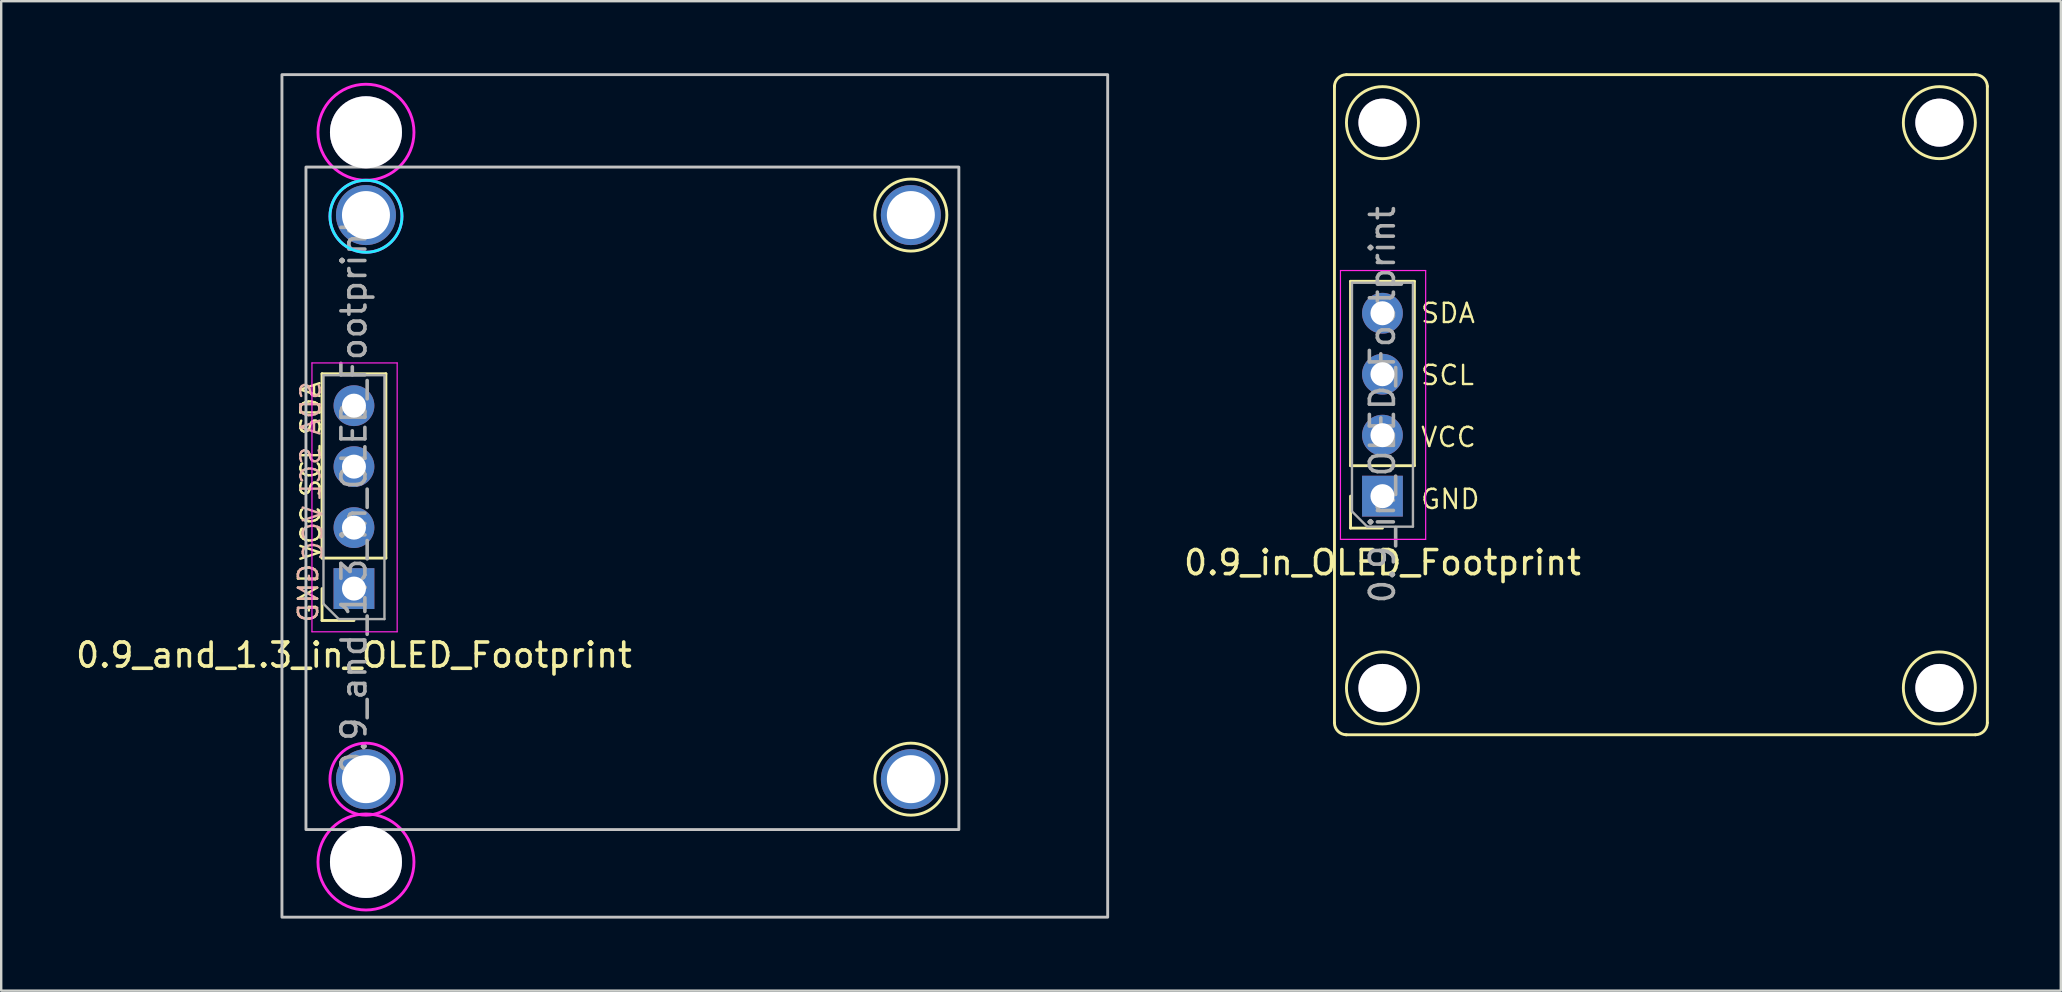
<source format=kicad_pcb>
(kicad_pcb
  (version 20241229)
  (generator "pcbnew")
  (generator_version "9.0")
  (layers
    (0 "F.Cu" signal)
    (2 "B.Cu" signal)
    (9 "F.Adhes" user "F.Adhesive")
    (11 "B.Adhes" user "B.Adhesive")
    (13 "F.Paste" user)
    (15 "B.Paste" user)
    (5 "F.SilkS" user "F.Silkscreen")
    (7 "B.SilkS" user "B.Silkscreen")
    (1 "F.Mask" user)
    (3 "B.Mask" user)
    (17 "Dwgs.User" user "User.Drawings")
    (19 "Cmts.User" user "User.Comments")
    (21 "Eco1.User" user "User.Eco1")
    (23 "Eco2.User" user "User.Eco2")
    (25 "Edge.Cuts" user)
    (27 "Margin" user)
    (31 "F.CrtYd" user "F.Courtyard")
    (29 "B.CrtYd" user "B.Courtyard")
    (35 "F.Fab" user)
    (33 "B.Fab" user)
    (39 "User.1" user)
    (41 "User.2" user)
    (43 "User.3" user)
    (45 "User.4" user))
  (footprint "0.9_and_1.3_in_OLED_Footprint"
    (layer "F.Cu")
    (at 11.696 17.66)
    (property "Reference" "0.9_and_1.3_in_OLED_Footprint" (at 0 6.58 0) (layer "F.SilkS") (effects (font (size 1 1) (thickness 0.15))))
    (attr through_hole)
    (fp_line (start -1.33 2.54) (end -1.33 -5.14) (stroke (width 0.12) (type solid)) (layer "F.SilkS"))
    (fp_line (start -1.33 5.14) (end -1.33 3.81) (stroke (width 0.12) (type solid)) (layer "F.SilkS"))
    (fp_line (start 0 5.14) (end -1.33 5.14) (stroke (width 0.12) (type solid)) (layer "F.SilkS"))
    (fp_line (start 1.33 -5.14) (end -1.33 -5.14) (stroke (width 0.12) (type solid)) (layer "F.SilkS"))
    (fp_line (start 1.33 2.54) (end -1.33 2.54) (stroke (width 0.12) (type solid)) (layer "F.SilkS"))
    (fp_line (start 1.33 2.54) (end 1.33 -5.14) (stroke (width 0.12) (type solid)) (layer "F.SilkS"))
    (fp_circle (center 23.2 -11.75) (end 24.7 -11.75) (stroke (width 0.12) (type solid)) (fill no) (layer "F.SilkS"))
    (fp_circle (center 23.2 11.75) (end 24.7 11.75) (stroke (width 0.12) (type solid)) (fill no) (layer "F.SilkS"))
    (fp_rect (start -3 -17.6) (end 31.4 17.5) (stroke (width 0.12) (type solid)) (fill no) (layer "Dwgs.User"))
    (fp_rect (start -2 -13.75) (end 25.2 13.85) (stroke (width 0.12) (type solid)) (fill no) (layer "Dwgs.User"))
    (fp_circle (center 0.5 -11.7) (end 2 -11.7) (stroke (width 0.12) (type solid)) (fill no) (layer "B.CrtYd"))
    (fp_line (start -1.75 -5.59) (end 1.8 -5.59) (stroke (width 0.05) (type solid)) (layer "F.CrtYd"))
    (fp_line (start -1.75 5.61) (end -1.75 -5.59) (stroke (width 0.05) (type solid)) (layer "F.CrtYd"))
    (fp_line (start 1.8 -5.59) (end 1.8 5.61) (stroke (width 0.05) (type solid)) (layer "F.CrtYd"))
    (fp_line (start 1.8 5.61) (end -1.75 5.61) (stroke (width 0.05) (type solid)) (layer "F.CrtYd"))
    (fp_circle (center 0.5 -15.2) (end 2.5 -15.2) (stroke (width 0.12) (type solid)) (fill no) (layer "F.CrtYd"))
    (fp_circle (center 0.5 -11.7) (end 2 -11.7) (stroke (width 0.12) (type solid)) (fill no) (layer "F.CrtYd"))
    (fp_circle (center 0.5 11.75) (end 2 11.75) (stroke (width 0.12) (type solid)) (fill no) (layer "F.CrtYd"))
    (fp_circle (center 0.5 15.2) (end 2.5 15.2) (stroke (width 0.12) (type solid)) (fill no) (layer "F.CrtYd"))
    (fp_line (start -1.27 -5.08) (end 1.27 -5.08) (stroke (width 0.1) (type solid)) (layer "F.Fab"))
    (fp_line (start -1.27 4.445) (end -1.27 -5.08) (stroke (width 0.1) (type solid)) (layer "F.Fab"))
    (fp_line (start -0.635 5.08) (end -1.27 4.445) (stroke (width 0.1) (type solid)) (layer "F.Fab"))
    (fp_line (start 1.27 -5.08) (end 1.27 5.08) (stroke (width 0.1) (type solid)) (layer "F.Fab"))
    (fp_line (start 1.27 5.08) (end -0.635 5.08) (stroke (width 0.1) (type solid)) (layer "F.Fab"))
    (fp_text user "SDA" (at -1.8 -3.7 90) (layer "F.SilkS") (effects (font (size 0.8 0.8) (thickness 0.1))))
    (fp_text user "GND" (at -1.9 4 90) (layer "F.SilkS") (effects (font (size 0.8 0.8) (thickness 0.1))))
    (fp_text user "VCC" (at -1.8 1.5 90) (layer "F.SilkS") (effects (font (size 0.8 0.8) (thickness 0.1))))
    (fp_text user "SCL" (at -1.8 -1.1 90) (layer "F.SilkS") (effects (font (size 0.8 0.8) (thickness 0.1))))
    (fp_text user "GND" (at -1.9 4 90) (layer "B.SilkS") (effects (font (size 0.8 0.8) (thickness 0.1)) (justify mirror)))
    (fp_text user "SDA" (at -1.8 -3.7 90) (layer "B.SilkS") (effects (font (size 0.8 0.8) (thickness 0.1)) (justify mirror)))
    (fp_text user "VCC" (at -1.7 1.5 90) (layer "B.SilkS") (effects (font (size 0.8 0.8) (thickness 0.1)) (justify mirror)))
    (fp_text user "SCL" (at -1.8 -1 90) (layer "B.SilkS") (effects (font (size 0.8 0.8) (thickness 0.1)) (justify mirror)))
    (fp_text user "${REFERENCE}" (at 0 0 90) (layer "F.Fab") (effects (font (size 1 1) (thickness 0.15))))
    (pad "1" thru_hole rect (at 0 3.81 180) (size 1.7 1.7) (drill 1) (layers "*.Cu" "*.Mask"))
    (pad "2" thru_hole oval (at 0 1.27 180) (size 1.7 1.7) (drill 1) (layers "*.Cu" "*.Mask"))
    (pad "3" thru_hole oval (at 0 -1.27 180) (size 1.7 1.7) (drill 1) (layers "*.Cu" "*.Mask"))
    (pad "4" thru_hole oval (at 0 -3.81 180) (size 1.7 1.7) (drill 1) (layers "*.Cu" "*.Mask"))
    (pad "5" thru_hole circle (at 0.5 -15.2) (size 3 3) (drill 3) (layers "*.Cu" "*.Mask"))
    (pad "5" thru_hole circle (at 0.5 -11.75) (size 2.5 2.5) (drill 2) (layers "*.Cu" "*.Mask"))
    (pad "5" thru_hole circle (at 0.5 11.75) (size 2.5 2.5) (drill 2) (layers "*.Cu" "*.Mask"))
    (pad "5" thru_hole circle (at 0.5 15.2) (size 3 3) (drill 3) (layers "*.Cu" "*.Mask"))
    (pad "5" thru_hole circle (at 23.2 -11.75) (size 2.5 2.5) (drill 2) (layers "*.Cu" "*.Mask"))
    (pad "5" thru_hole circle (at 23.2 11.75) (size 2.5 2.5) (drill 2) (layers "*.Cu" "*.Mask")))
  (footprint "0.9_in_OLED_Footprint"
    (layer "F.Cu")
    (at 54.543 13.81)
    (property "Reference" "0.9_in_OLED_Footprint" (at 0 6.58 0) (layer "F.SilkS") (effects (font (size 1 1) (thickness 0.15))))
    (attr through_hole)
    (fp_line (start -2 -13.271) (end -2 13.25) (stroke (width 0.12) (type solid)) (layer "F.SilkS"))
    (fp_line (start -1.5 -13.75) (end 24.701 -13.75) (stroke (width 0.12) (type solid)) (layer "F.SilkS"))
    (fp_line (start -1.33 2.54) (end -1.33 -5.14) (stroke (width 0.12) (type solid)) (layer "F.SilkS"))
    (fp_line (start -1.33 5.14) (end -1.33 3.81) (stroke (width 0.12) (type solid)) (layer "F.SilkS"))
    (fp_line (start 0 5.14) (end -1.33 5.14) (stroke (width 0.12) (type solid)) (layer "F.SilkS"))
    (fp_line (start 1.33 -5.14) (end -1.33 -5.14) (stroke (width 0.12) (type solid)) (layer "F.SilkS"))
    (fp_line (start 1.33 2.54) (end -1.33 2.54) (stroke (width 0.12) (type solid)) (layer "F.SilkS"))
    (fp_line (start 1.33 2.54) (end 1.33 -5.14) (stroke (width 0.12) (type solid)) (layer "F.SilkS"))
    (fp_line (start 24.7 13.75) (end -1.524 13.75) (stroke (width 0.12) (type solid)) (layer "F.SilkS"))
    (fp_line (start 25.2 -13.271) (end 25.2 13.25) (stroke (width 0.12) (type solid)) (layer "F.SilkS"))
    (fp_arc (start -2 -13.25) (mid -1.853553 -13.603553) (end -1.5 -13.75) (stroke (width 0.12) (type solid)) (layer "F.SilkS"))
    (fp_arc (start -1.5 13.75) (mid -1.853553 13.603553) (end -2 13.25) (stroke (width 0.12) (type solid)) (layer "F.SilkS"))
    (fp_arc (start 24.7 -13.75) (mid 25.053553 -13.603553) (end 25.2 -13.25) (stroke (width 0.12) (type solid)) (layer "F.SilkS"))
    (fp_arc (start 25.2 13.25) (mid 25.053553 13.603553) (end 24.7 13.75) (stroke (width 0.12) (type solid)) (layer "F.SilkS"))
    (fp_circle (center 0 -11.75) (end 1.5 -11.75) (stroke (width 0.12) (type solid)) (fill no) (layer "F.SilkS"))
    (fp_circle (center 0 11.8) (end 1.5 11.8) (stroke (width 0.12) (type solid)) (fill no) (layer "F.SilkS"))
    (fp_circle (center 23.2 -11.75) (end 24.7 -11.75) (stroke (width 0.12) (type solid)) (fill no) (layer "F.SilkS"))
    (fp_circle (center 23.2 11.8) (end 24.7 11.8) (stroke (width 0.12) (type solid)) (fill no) (layer "F.SilkS"))
    (fp_line (start -1.75 -5.59) (end 1.8 -5.59) (stroke (width 0.05) (type solid)) (layer "F.CrtYd"))
    (fp_line (start -1.75 5.61) (end -1.75 -5.59) (stroke (width 0.05) (type solid)) (layer "F.CrtYd"))
    (fp_line (start 1.8 -5.59) (end 1.8 5.61) (stroke (width 0.05) (type solid)) (layer "F.CrtYd"))
    (fp_line (start 1.8 5.61) (end -1.75 5.61) (stroke (width 0.05) (type solid)) (layer "F.CrtYd"))
    (fp_line (start -1.27 -5.08) (end 1.27 -5.08) (stroke (width 0.1) (type solid)) (layer "F.Fab"))
    (fp_line (start -1.27 4.445) (end -1.27 -5.08) (stroke (width 0.1) (type solid)) (layer "F.Fab"))
    (fp_line (start -0.635 5.08) (end -1.27 4.445) (stroke (width 0.1) (type solid)) (layer "F.Fab"))
    (fp_line (start 1.27 -5.08) (end 1.27 5.08) (stroke (width 0.1) (type solid)) (layer "F.Fab"))
    (fp_line (start 1.27 5.08) (end -0.635 5.08) (stroke (width 0.1) (type solid)) (layer "F.Fab"))
    (fp_text user "VCC" (at 2.75 1.355 0) (layer "F.SilkS") (effects (font (size 0.8 0.8) (thickness 0.1))))
    (fp_text user "GND" (at 2.826 3.937 0) (layer "F.SilkS") (effects (font (size 0.8 0.8) (thickness 0.1))))
    (fp_text user "SDA" (at 2.731 -3.81 0) (layer "F.SilkS") (effects (font (size 0.8 0.8) (thickness 0.1))))
    (fp_text user "SCL" (at 2.711 -1.228 0) (layer "F.SilkS") (effects (font (size 0.8 0.8) (thickness 0.1))))
    (fp_text user "${REFERENCE}" (at 0 0 90) (layer "F.Fab") (effects (font (size 1 1) (thickness 0.15))))
    (pad "1" thru_hole rect (at 0 3.81 180) (size 1.7 1.7) (drill 1) (layers "*.Cu" "*.Mask"))
    (pad "2" thru_hole oval (at 0 1.27 180) (size 1.7 1.7) (drill 1) (layers "*.Cu" "*.Mask"))
    (pad "3" thru_hole oval (at 0 -1.27 180) (size 1.7 1.7) (drill 1) (layers "*.Cu" "*.Mask"))
    (pad "4" thru_hole oval (at 0 -3.81 180) (size 1.7 1.7) (drill 1) (layers "*.Cu" "*.Mask"))
    (pad "5" thru_hole circle (at 0 -11.75) (size 2 2) (drill 2) (layers "*.Cu" "*.Mask"))
    (pad "5" thru_hole circle (at 0 11.8) (size 2 2) (drill 2) (layers "*.Cu" "*.Mask"))
    (pad "5" thru_hole circle (at 23.2 -11.75) (size 2 2) (drill 2) (layers "*.Cu" "*.Mask"))
    (pad "5" thru_hole circle (at 23.2 11.8) (size 2 2) (drill 2) (layers "*.Cu" "*.Mask")))
  (gr_rect
    (start -3 -3)
    (end 82.803 38.22)
    (stroke (width 0.1) (type default))
    (fill no)
    (layer "Edge.Cuts")))
</source>
